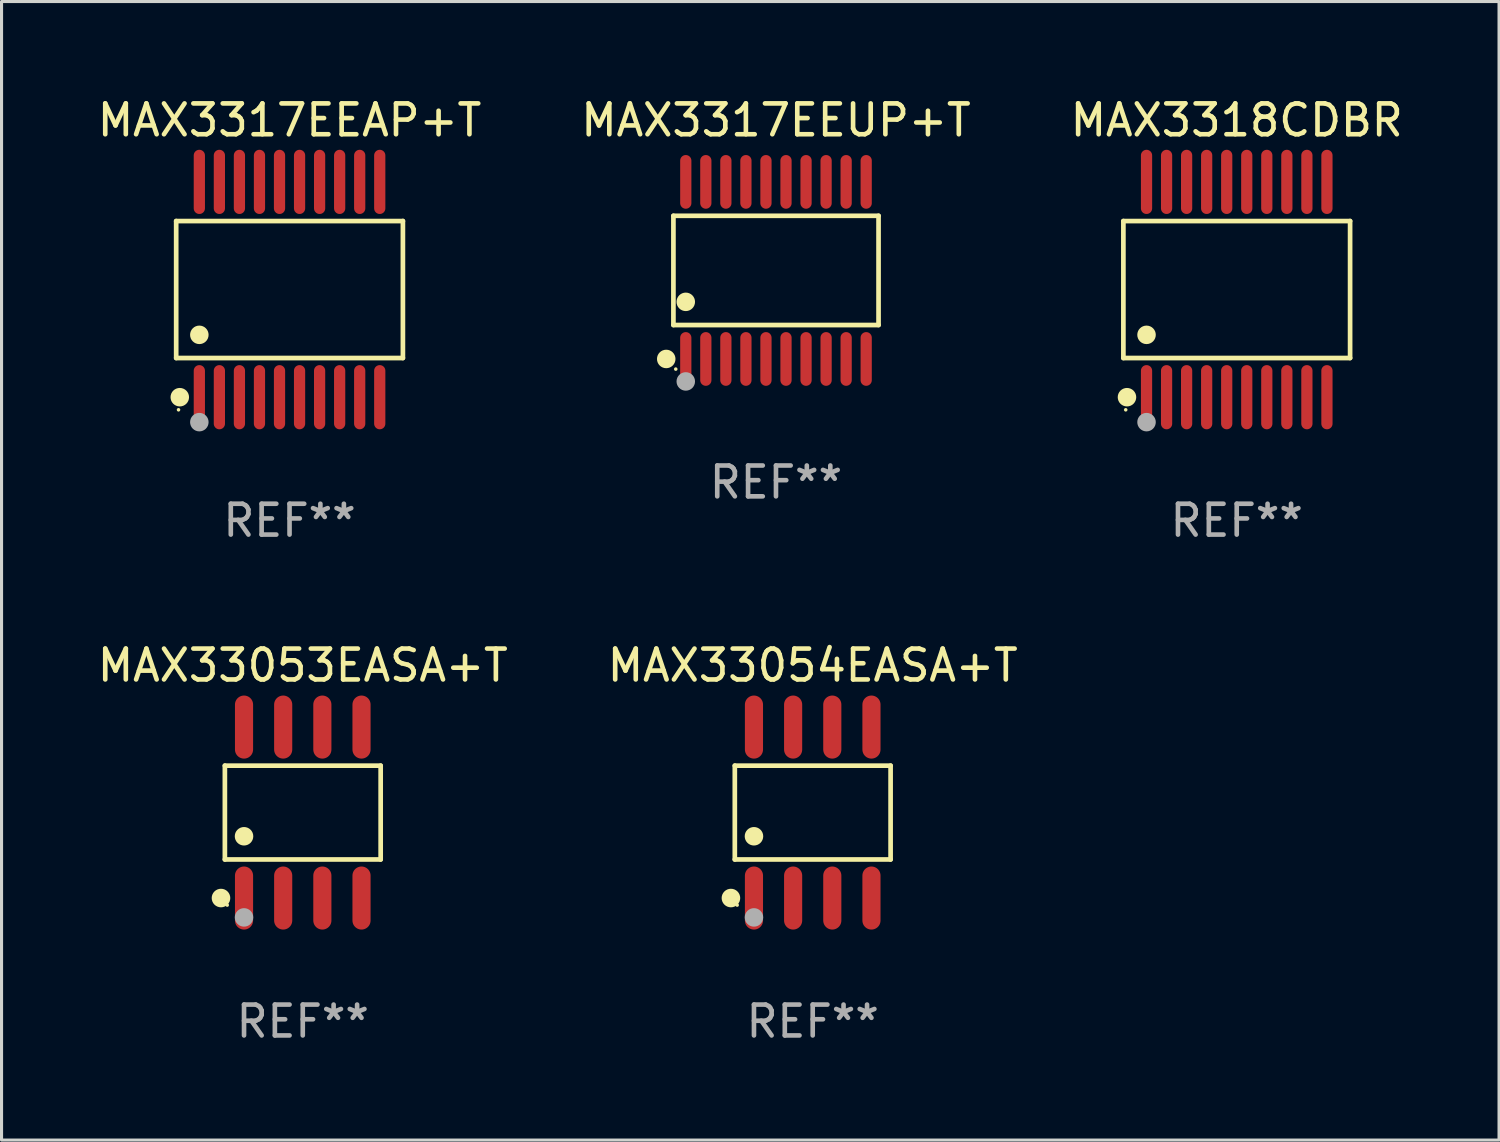
<source format=kicad_pcb>
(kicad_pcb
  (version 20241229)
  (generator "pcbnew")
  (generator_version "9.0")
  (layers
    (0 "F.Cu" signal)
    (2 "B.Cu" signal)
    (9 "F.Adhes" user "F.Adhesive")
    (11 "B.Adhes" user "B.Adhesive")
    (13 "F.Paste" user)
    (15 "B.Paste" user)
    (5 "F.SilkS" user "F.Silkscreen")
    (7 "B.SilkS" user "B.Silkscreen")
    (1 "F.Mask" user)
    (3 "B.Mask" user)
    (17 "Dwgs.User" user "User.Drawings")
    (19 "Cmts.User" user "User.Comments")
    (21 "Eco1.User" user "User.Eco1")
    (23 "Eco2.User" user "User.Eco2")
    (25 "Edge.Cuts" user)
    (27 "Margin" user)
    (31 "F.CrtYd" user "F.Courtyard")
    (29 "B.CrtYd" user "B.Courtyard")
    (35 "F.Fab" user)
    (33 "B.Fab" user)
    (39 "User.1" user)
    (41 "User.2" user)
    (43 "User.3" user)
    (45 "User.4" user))
  (footprint "MAX33054EASA+T"
    (layer "F.Cu")
    (at 23.304 23.299)
    (property "Reference" "MAX33054EASA+T" (at 0 -4.772 0) (layer "F.SilkS") (effects (font (size 1 1) (thickness 0.15))))
    (attr through_hole)
    (fp_line (start -2.526 -1.521) (end 2.526 -1.521) (stroke (width 0.152) (type solid)) (layer "F.SilkS"))
    (fp_line (start -2.526 1.521) (end -2.526 -1.521) (stroke (width 0.152) (type solid)) (layer "F.SilkS"))
    (fp_line (start 2.526 -1.521) (end 2.526 1.521) (stroke (width 0.152) (type solid)) (layer "F.SilkS"))
    (fp_line (start 2.526 1.521) (end -2.526 1.521) (stroke (width 0.152) (type solid)) (layer "F.SilkS"))
    (fp_circle (center -2.652 2.772) (end -2.501 2.772) (stroke (width 0.3) (type solid)) (fill no) (layer "F.SilkS"))
    (fp_circle (center -2.45 3) (end -2.42 3) (stroke (width 0.06) (type solid)) (fill no) (layer "F.SilkS"))
    (fp_circle (center -1.905 0.769) (end -1.755 0.769) (stroke (width 0.3) (type solid)) (fill no) (layer "F.SilkS"))
    (fp_circle (center -1.905 3.4) (end -1.755 3.4) (stroke (width 0.3) (type solid)) (fill no) (layer "F.Fab"))
    (fp_text user "REF**" (at 0 6.772 0) (layer "F.Fab") (effects (font (size 1 1) (thickness 0.15))))
    (pad "1" smd oval (at -1.905 2.772) (size 0.588 2.045) (layers "F.Cu" "F.Mask" "F.Paste"))
    (pad "2" smd oval (at -0.635 2.772) (size 0.588 2.045) (layers "F.Cu" "F.Mask" "F.Paste"))
    (pad "3" smd oval (at 0.635 2.772) (size 0.588 2.045) (layers "F.Cu" "F.Mask" "F.Paste"))
    (pad "4" smd oval (at 1.905 2.772) (size 0.588 2.045) (layers "F.Cu" "F.Mask" "F.Paste"))
    (pad "5" smd oval (at 1.905 -2.772) (size 0.588 2.045) (layers "F.Cu" "F.Mask" "F.Paste"))
    (pad "6" smd oval (at 0.635 -2.772) (size 0.588 2.045) (layers "F.Cu" "F.Mask" "F.Paste"))
    (pad "7" smd oval (at -0.635 -2.772) (size 0.588 2.045) (layers "F.Cu" "F.Mask" "F.Paste"))
    (pad "8" smd oval (at -1.905 -2.772) (size 0.588 2.045) (layers "F.Cu" "F.Mask" "F.Paste")))
  (footprint "MAX3317EEUP+T"
    (layer "F.Cu")
    (at 22.113 5.719)
    (property "Reference" "MAX3317EEUP+T" (at 0 -4.871 0) (layer "F.SilkS") (effects (font (size 1 1) (thickness 0.15))))
    (attr through_hole)
    (fp_line (start -3.326 -1.771) (end 3.326 -1.771) (stroke (width 0.152) (type solid)) (layer "F.SilkS"))
    (fp_line (start -3.326 1.771) (end -3.326 -1.771) (stroke (width 0.152) (type solid)) (layer "F.SilkS"))
    (fp_line (start 3.326 -1.771) (end 3.326 1.771) (stroke (width 0.152) (type solid)) (layer "F.SilkS"))
    (fp_line (start 3.326 1.771) (end -3.326 1.771) (stroke (width 0.152) (type solid)) (layer "F.SilkS"))
    (fp_circle (center -3.559 2.871) (end -3.409 2.871) (stroke (width 0.3) (type solid)) (fill no) (layer "F.SilkS"))
    (fp_circle (center -3.25 3.2) (end -3.22 3.2) (stroke (width 0.06) (type solid)) (fill no) (layer "F.SilkS"))
    (fp_circle (center -2.925 1.019) (end -2.775 1.019) (stroke (width 0.3) (type solid)) (fill no) (layer "F.SilkS"))
    (fp_circle (center -2.925 3.6) (end -2.775 3.6) (stroke (width 0.3) (type solid)) (fill no) (layer "F.Fab"))
    (fp_text user "REF**" (at 0 6.871 0) (layer "F.Fab") (effects (font (size 1 1) (thickness 0.15))))
    (pad "1" smd oval (at -2.925 2.871) (size 0.364 1.742) (layers "F.Cu" "F.Mask" "F.Paste"))
    (pad "2" smd oval (at -2.275 2.871) (size 0.364 1.742) (layers "F.Cu" "F.Mask" "F.Paste"))
    (pad "3" smd oval (at -1.625 2.871) (size 0.364 1.742) (layers "F.Cu" "F.Mask" "F.Paste"))
    (pad "4" smd oval (at -0.975 2.871) (size 0.364 1.742) (layers "F.Cu" "F.Mask" "F.Paste"))
    (pad "5" smd oval (at -0.325 2.871) (size 0.364 1.742) (layers "F.Cu" "F.Mask" "F.Paste"))
    (pad "6" smd oval (at 0.325 2.871) (size 0.364 1.742) (layers "F.Cu" "F.Mask" "F.Paste"))
    (pad "7" smd oval (at 0.975 2.871) (size 0.364 1.742) (layers "F.Cu" "F.Mask" "F.Paste"))
    (pad "8" smd oval (at 1.625 2.871) (size 0.364 1.742) (layers "F.Cu" "F.Mask" "F.Paste"))
    (pad "9" smd oval (at 2.275 2.871) (size 0.364 1.742) (layers "F.Cu" "F.Mask" "F.Paste"))
    (pad "10" smd oval (at 2.925 2.871) (size 0.364 1.742) (layers "F.Cu" "F.Mask" "F.Paste"))
    (pad "11" smd oval (at 2.925 -2.871) (size 0.364 1.742) (layers "F.Cu" "F.Mask" "F.Paste"))
    (pad "12" smd oval (at 2.275 -2.871) (size 0.364 1.742) (layers "F.Cu" "F.Mask" "F.Paste"))
    (pad "13" smd oval (at 1.625 -2.871) (size 0.364 1.742) (layers "F.Cu" "F.Mask" "F.Paste"))
    (pad "14" smd oval (at 0.975 -2.871) (size 0.364 1.742) (layers "F.Cu" "F.Mask" "F.Paste"))
    (pad "15" smd oval (at 0.325 -2.871) (size 0.364 1.742) (layers "F.Cu" "F.Mask" "F.Paste"))
    (pad "16" smd oval (at -0.325 -2.871) (size 0.364 1.742) (layers "F.Cu" "F.Mask" "F.Paste"))
    (pad "17" smd oval (at -0.975 -2.871) (size 0.364 1.742) (layers "F.Cu" "F.Mask" "F.Paste"))
    (pad "18" smd oval (at -1.625 -2.871) (size 0.364 1.742) (layers "F.Cu" "F.Mask" "F.Paste"))
    (pad "19" smd oval (at -2.275 -2.871) (size 0.364 1.742) (layers "F.Cu" "F.Mask" "F.Paste"))
    (pad "20" smd oval (at -2.925 -2.871) (size 0.364 1.742) (layers "F.Cu" "F.Mask" "F.Paste")))
  (footprint "MAX3318CDBR"
    (layer "F.Cu")
    (at 37.054 6.339)
    (property "Reference" "MAX3318CDBR" (at 0 -5.491 0) (layer "F.SilkS") (effects (font (size 1 1) (thickness 0.15))))
    (attr through_hole)
    (fp_line (start -3.676 -2.221) (end 3.676 -2.221) (stroke (width 0.152) (type solid)) (layer "F.SilkS"))
    (fp_line (start -3.676 2.221) (end -3.676 -2.221) (stroke (width 0.152) (type solid)) (layer "F.SilkS"))
    (fp_line (start 3.676 -2.221) (end 3.676 2.221) (stroke (width 0.152) (type solid)) (layer "F.SilkS"))
    (fp_line (start 3.676 2.221) (end -3.676 2.221) (stroke (width 0.152) (type solid)) (layer "F.SilkS"))
    (fp_circle (center -3.6 3.9) (end -3.57 3.9) (stroke (width 0.06) (type solid)) (fill no) (layer "F.SilkS"))
    (fp_circle (center -3.559 3.491) (end -3.409 3.491) (stroke (width 0.3) (type solid)) (fill no) (layer "F.SilkS"))
    (fp_circle (center -2.925 1.469) (end -2.775 1.469) (stroke (width 0.3) (type solid)) (fill no) (layer "F.SilkS"))
    (fp_circle (center -2.925 4.3) (end -2.775 4.3) (stroke (width 0.3) (type solid)) (fill no) (layer "F.Fab"))
    (fp_text user "REF**" (at 0 7.491 0) (layer "F.Fab") (effects (font (size 1 1) (thickness 0.15))))
    (pad "1" smd oval (at -2.925 3.491) (size 0.364 2.082) (layers "F.Cu" "F.Mask" "F.Paste"))
    (pad "2" smd oval (at -2.275 3.491) (size 0.364 2.082) (layers "F.Cu" "F.Mask" "F.Paste"))
    (pad "3" smd oval (at -1.625 3.491) (size 0.364 2.082) (layers "F.Cu" "F.Mask" "F.Paste"))
    (pad "4" smd oval (at -0.975 3.491) (size 0.364 2.082) (layers "F.Cu" "F.Mask" "F.Paste"))
    (pad "5" smd oval (at -0.325 3.491) (size 0.364 2.082) (layers "F.Cu" "F.Mask" "F.Paste"))
    (pad "6" smd oval (at 0.325 3.491) (size 0.364 2.082) (layers "F.Cu" "F.Mask" "F.Paste"))
    (pad "7" smd oval (at 0.975 3.491) (size 0.364 2.082) (layers "F.Cu" "F.Mask" "F.Paste"))
    (pad "8" smd oval (at 1.625 3.491) (size 0.364 2.082) (layers "F.Cu" "F.Mask" "F.Paste"))
    (pad "9" smd oval (at 2.275 3.491) (size 0.364 2.082) (layers "F.Cu" "F.Mask" "F.Paste"))
    (pad "10" smd oval (at 2.925 3.491) (size 0.364 2.082) (layers "F.Cu" "F.Mask" "F.Paste"))
    (pad "11" smd oval (at 2.925 -3.491) (size 0.364 2.082) (layers "F.Cu" "F.Mask" "F.Paste"))
    (pad "12" smd oval (at 2.275 -3.491) (size 0.364 2.082) (layers "F.Cu" "F.Mask" "F.Paste"))
    (pad "13" smd oval (at 1.625 -3.491) (size 0.364 2.082) (layers "F.Cu" "F.Mask" "F.Paste"))
    (pad "14" smd oval (at 0.975 -3.491) (size 0.364 2.082) (layers "F.Cu" "F.Mask" "F.Paste"))
    (pad "15" smd oval (at 0.325 -3.491) (size 0.364 2.082) (layers "F.Cu" "F.Mask" "F.Paste"))
    (pad "16" smd oval (at -0.325 -3.491) (size 0.364 2.082) (layers "F.Cu" "F.Mask" "F.Paste"))
    (pad "17" smd oval (at -0.975 -3.491) (size 0.364 2.082) (layers "F.Cu" "F.Mask" "F.Paste"))
    (pad "18" smd oval (at -1.625 -3.491) (size 0.364 2.082) (layers "F.Cu" "F.Mask" "F.Paste"))
    (pad "19" smd oval (at -2.275 -3.491) (size 0.364 2.082) (layers "F.Cu" "F.Mask" "F.Paste"))
    (pad "20" smd oval (at -2.925 -3.491) (size 0.364 2.082) (layers "F.Cu" "F.Mask" "F.Paste")))
  (footprint "MAX33053EASA+T"
    (layer "F.Cu")
    (at 6.768 23.299)
    (property "Reference" "MAX33053EASA+T" (at 0 -4.772 0) (layer "F.SilkS") (effects (font (size 1 1) (thickness 0.15))))
    (attr through_hole)
    (fp_line (start -2.526 -1.521) (end 2.526 -1.521) (stroke (width 0.152) (type solid)) (layer "F.SilkS"))
    (fp_line (start -2.526 1.521) (end -2.526 -1.521) (stroke (width 0.152) (type solid)) (layer "F.SilkS"))
    (fp_line (start 2.526 -1.521) (end 2.526 1.521) (stroke (width 0.152) (type solid)) (layer "F.SilkS"))
    (fp_line (start 2.526 1.521) (end -2.526 1.521) (stroke (width 0.152) (type solid)) (layer "F.SilkS"))
    (fp_circle (center -2.652 2.772) (end -2.501 2.772) (stroke (width 0.3) (type solid)) (fill no) (layer "F.SilkS"))
    (fp_circle (center -2.45 3) (end -2.42 3) (stroke (width 0.06) (type solid)) (fill no) (layer "F.SilkS"))
    (fp_circle (center -1.905 0.769) (end -1.755 0.769) (stroke (width 0.3) (type solid)) (fill no) (layer "F.SilkS"))
    (fp_circle (center -1.905 3.4) (end -1.755 3.4) (stroke (width 0.3) (type solid)) (fill no) (layer "F.Fab"))
    (fp_text user "REF**" (at 0 6.772 0) (layer "F.Fab") (effects (font (size 1 1) (thickness 0.15))))
    (pad "1" smd oval (at -1.905 2.772) (size 0.588 2.045) (layers "F.Cu" "F.Mask" "F.Paste"))
    (pad "2" smd oval (at -0.635 2.772) (size 0.588 2.045) (layers "F.Cu" "F.Mask" "F.Paste"))
    (pad "3" smd oval (at 0.635 2.772) (size 0.588 2.045) (layers "F.Cu" "F.Mask" "F.Paste"))
    (pad "4" smd oval (at 1.905 2.772) (size 0.588 2.045) (layers "F.Cu" "F.Mask" "F.Paste"))
    (pad "5" smd oval (at 1.905 -2.772) (size 0.588 2.045) (layers "F.Cu" "F.Mask" "F.Paste"))
    (pad "6" smd oval (at 0.635 -2.772) (size 0.588 2.045) (layers "F.Cu" "F.Mask" "F.Paste"))
    (pad "7" smd oval (at -0.635 -2.772) (size 0.588 2.045) (layers "F.Cu" "F.Mask" "F.Paste"))
    (pad "8" smd oval (at -1.905 -2.772) (size 0.588 2.045) (layers "F.Cu" "F.Mask" "F.Paste")))
  (footprint "MAX3317EEAP+T"
    (layer "F.Cu")
    (at 6.339 6.339)
    (property "Reference" "MAX3317EEAP+T" (at 0 -5.491 0) (layer "F.SilkS") (effects (font (size 1 1) (thickness 0.15))))
    (attr through_hole)
    (fp_line (start -3.676 -2.221) (end 3.676 -2.221) (stroke (width 0.152) (type solid)) (layer "F.SilkS"))
    (fp_line (start -3.676 2.221) (end -3.676 -2.221) (stroke (width 0.152) (type solid)) (layer "F.SilkS"))
    (fp_line (start 3.676 -2.221) (end 3.676 2.221) (stroke (width 0.152) (type solid)) (layer "F.SilkS"))
    (fp_line (start 3.676 2.221) (end -3.676 2.221) (stroke (width 0.152) (type solid)) (layer "F.SilkS"))
    (fp_circle (center -3.6 3.9) (end -3.57 3.9) (stroke (width 0.06) (type solid)) (fill no) (layer "F.SilkS"))
    (fp_circle (center -3.559 3.491) (end -3.409 3.491) (stroke (width 0.3) (type solid)) (fill no) (layer "F.SilkS"))
    (fp_circle (center -2.925 1.469) (end -2.775 1.469) (stroke (width 0.3) (type solid)) (fill no) (layer "F.SilkS"))
    (fp_circle (center -2.925 4.3) (end -2.775 4.3) (stroke (width 0.3) (type solid)) (fill no) (layer "F.Fab"))
    (fp_text user "REF**" (at 0 7.491 0) (layer "F.Fab") (effects (font (size 1 1) (thickness 0.15))))
    (pad "1" smd oval (at -2.925 3.491) (size 0.364 2.082) (layers "F.Cu" "F.Mask" "F.Paste"))
    (pad "2" smd oval (at -2.275 3.491) (size 0.364 2.082) (layers "F.Cu" "F.Mask" "F.Paste"))
    (pad "3" smd oval (at -1.625 3.491) (size 0.364 2.082) (layers "F.Cu" "F.Mask" "F.Paste"))
    (pad "4" smd oval (at -0.975 3.491) (size 0.364 2.082) (layers "F.Cu" "F.Mask" "F.Paste"))
    (pad "5" smd oval (at -0.325 3.491) (size 0.364 2.082) (layers "F.Cu" "F.Mask" "F.Paste"))
    (pad "6" smd oval (at 0.325 3.491) (size 0.364 2.082) (layers "F.Cu" "F.Mask" "F.Paste"))
    (pad "7" smd oval (at 0.975 3.491) (size 0.364 2.082) (layers "F.Cu" "F.Mask" "F.Paste"))
    (pad "8" smd oval (at 1.625 3.491) (size 0.364 2.082) (layers "F.Cu" "F.Mask" "F.Paste"))
    (pad "9" smd oval (at 2.275 3.491) (size 0.364 2.082) (layers "F.Cu" "F.Mask" "F.Paste"))
    (pad "10" smd oval (at 2.925 3.491) (size 0.364 2.082) (layers "F.Cu" "F.Mask" "F.Paste"))
    (pad "11" smd oval (at 2.925 -3.491) (size 0.364 2.082) (layers "F.Cu" "F.Mask" "F.Paste"))
    (pad "12" smd oval (at 2.275 -3.491) (size 0.364 2.082) (layers "F.Cu" "F.Mask" "F.Paste"))
    (pad "13" smd oval (at 1.625 -3.491) (size 0.364 2.082) (layers "F.Cu" "F.Mask" "F.Paste"))
    (pad "14" smd oval (at 0.975 -3.491) (size 0.364 2.082) (layers "F.Cu" "F.Mask" "F.Paste"))
    (pad "15" smd oval (at 0.325 -3.491) (size 0.364 2.082) (layers "F.Cu" "F.Mask" "F.Paste"))
    (pad "16" smd oval (at -0.325 -3.491) (size 0.364 2.082) (layers "F.Cu" "F.Mask" "F.Paste"))
    (pad "17" smd oval (at -0.975 -3.491) (size 0.364 2.082) (layers "F.Cu" "F.Mask" "F.Paste"))
    (pad "18" smd oval (at -1.625 -3.491) (size 0.364 2.082) (layers "F.Cu" "F.Mask" "F.Paste"))
    (pad "19" smd oval (at -2.275 -3.491) (size 0.364 2.082) (layers "F.Cu" "F.Mask" "F.Paste"))
    (pad "20" smd oval (at -2.925 -3.491) (size 0.364 2.082) (layers "F.Cu" "F.Mask" "F.Paste")))
  (gr_rect
    (start -3 -3)
    (end 45.56 33.92)
    (stroke (width 0.1) (type default))
    (fill no)
    (layer "Edge.Cuts")))
</source>
